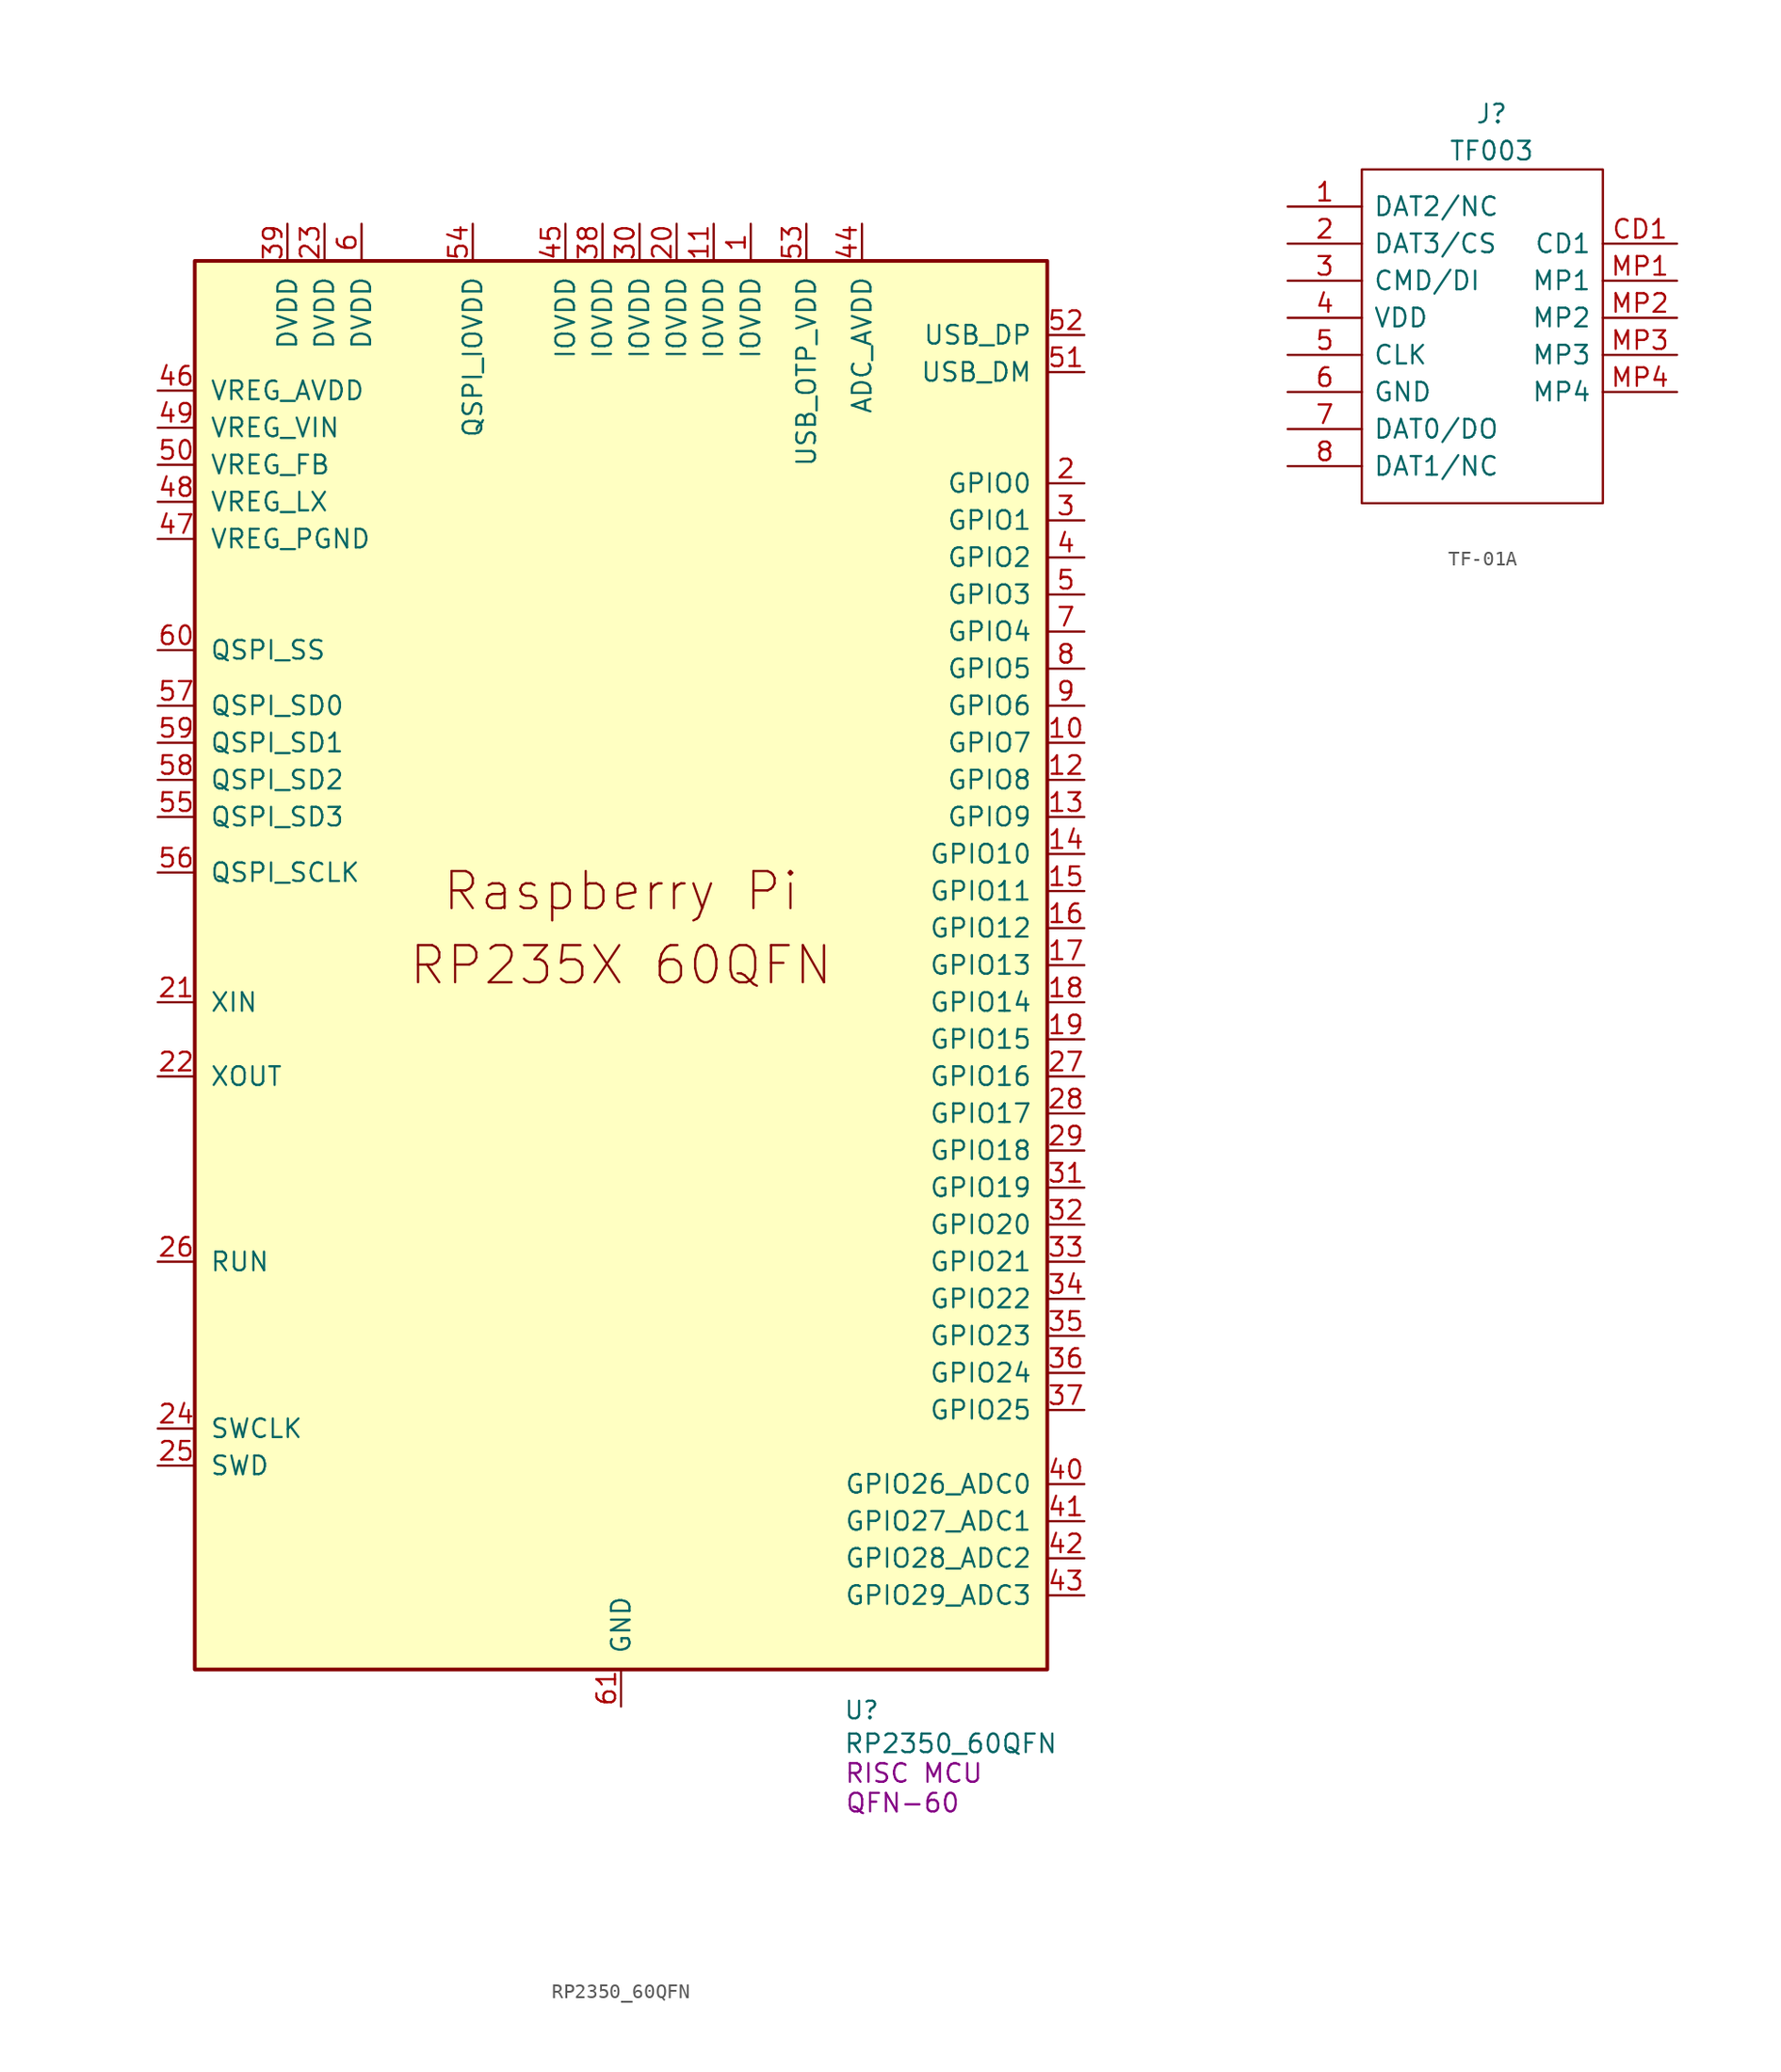
<source format=kicad_sym>
(kicad_symbol_lib
  (version 20241209)
  (generator "kicad_symbol_editor")
  (generator_version "9.0")
  (symbol "RP2350_60QFN"
    (pin_names
      (offset 1.016))
    (property "Reference" "U"
      (at 15.24 -51.054 0)
      (effects (font (size 1.2 1.2)) (justify left)))
    (property "Value" "RP2350_60QFN"
      (at 15.24 -53.34 0)
      (effects (font (size 1.27 1.27)) (justify left)))
    (property "Comment" "RISC MCU"
      (at 20.066 -55.372 0)
      (effects (font (size 1.27 1.27))))
    (property "Case/Package" "QFN-60"
      (at 19.304 -57.404 0)
      (effects (font (size 1.27 1.27))))
    (symbol "RP2350_60QFN_0_0"
      (text "Raspberry Pi" (at 0 5.08 0) (effects (font (size 2.54 2.54)))))
    (symbol "RP2350_60QFN_0_1"
      (rectangle (start -29.21 48.26) (end 29.21 -48.26) (stroke (width 0.254) (type default)) (fill (type background))))
    (symbol "RP2350_60QFN_1_1"
      (text "RP235X 60QFN" (at 0 0 0) (effects (font (size 2.54 2.54))))
      (pin power_in line (at -31.75 39.37 0) (length 2.54) (name "VREG_AVDD" (effects (font (size 1.27 1.27)))) (number "46" (effects (font (size 1.27 1.27)))))
      (pin power_in line (at -31.75 36.83 0) (length 2.54) (name "VREG_VIN" (effects (font (size 1.27 1.27)))) (number "49" (effects (font (size 1.27 1.27)))))
      (pin input line (at -31.75 34.29 0) (length 2.54) (name "VREG_FB" (effects (font (size 1.27 1.27)))) (number "50" (effects (font (size 1.27 1.27)))))
      (pin power_out line (at -31.75 31.75 0) (length 2.54) (name "VREG_LX" (effects (font (size 1.27 1.27)))) (number "48" (effects (font (size 1.27 1.27)))))
      (pin power_in line (at -31.75 29.21 0) (length 2.54) (name "VREG_PGND" (effects (font (size 1.27 1.27)))) (number "47" (effects (font (size 1.27 1.27)))))
      (pin bidirectional line (at -31.75 21.59 0) (length 2.54) (name "QSPI_SS" (effects (font (size 1.27 1.27)))) (number "60" (effects (font (size 1.27 1.27)))))
      (pin bidirectional line (at -31.75 17.78 0) (length 2.54) (name "QSPI_SD0" (effects (font (size 1.27 1.27)))) (number "57" (effects (font (size 1.27 1.27)))))
      (pin bidirectional line (at -31.75 15.24 0) (length 2.54) (name "QSPI_SD1" (effects (font (size 1.27 1.27)))) (number "59" (effects (font (size 1.27 1.27)))))
      (pin bidirectional line (at -31.75 12.7 0) (length 2.54) (name "QSPI_SD2" (effects (font (size 1.27 1.27)))) (number "58" (effects (font (size 1.27 1.27)))))
      (pin bidirectional line (at -31.75 10.16 0) (length 2.54) (name "QSPI_SD3" (effects (font (size 1.27 1.27)))) (number "55" (effects (font (size 1.27 1.27)))))
      (pin output line (at -31.75 6.35 0) (length 2.54) (name "QSPI_SCLK" (effects (font (size 1.27 1.27)))) (number "56" (effects (font (size 1.27 1.27)))))
      (pin input line (at -31.75 -2.54 0) (length 2.54) (name "XIN" (effects (font (size 1.27 1.27)))) (number "21" (effects (font (size 1.27 1.27)))))
      (pin passive line (at -31.75 -7.62 0) (length 2.54) (name "XOUT" (effects (font (size 1.27 1.27)))) (number "22" (effects (font (size 1.27 1.27)))))
      (pin input line (at -31.75 -20.32 0) (length 2.54) (name "RUN" (effects (font (size 1.27 1.27)))) (number "26" (effects (font (size 1.27 1.27)))))
      (pin output line (at -31.75 -31.75 0) (length 2.54) (name "SWCLK" (effects (font (size 1.27 1.27)))) (number "24" (effects (font (size 1.27 1.27)))))
      (pin bidirectional line (at -31.75 -34.29 0) (length 2.54) (name "SWD" (effects (font (size 1.27 1.27)))) (number "25" (effects (font (size 1.27 1.27)))))
      (pin power_in line (at -22.86 50.8 270) (length 2.54) (name "DVDD" (effects (font (size 1.27 1.27)))) (number "39" (effects (font (size 1.27 1.27)))))
      (pin power_in line (at -20.32 50.8 270) (length 2.54) (name "DVDD" (effects (font (size 1.27 1.27)))) (number "23" (effects (font (size 1.27 1.27)))))
      (pin power_in line (at -17.78 50.8 270) (length 2.54) (name "DVDD" (effects (font (size 1.27 1.27)))) (number "6" (effects (font (size 1.27 1.27)))))
      (pin power_in line (at -10.16 50.8 270) (length 2.54) (name "QSPI_IOVDD" (effects (font (size 1.27 1.27)))) (number "54" (effects (font (size 1.27 1.27)))))
      (pin power_in line (at -3.81 50.8 270) (length 2.54) (name "IOVDD" (effects (font (size 1.27 1.27)))) (number "45" (effects (font (size 1.27 1.27)))))
      (pin power_in line (at -1.27 50.8 270) (length 2.54) (name "IOVDD" (effects (font (size 1.27 1.27)))) (number "38" (effects (font (size 1.27 1.27)))))
      (pin power_in line (at 0 -50.8 90) (length 2.54) (name "GND" (effects (font (size 1.27 1.27)))) (number "61" (effects (font (size 1.27 1.27)))))
      (pin power_in line (at 1.27 50.8 270) (length 2.54) (name "IOVDD" (effects (font (size 1.27 1.27)))) (number "30" (effects (font (size 1.27 1.27)))))
      (pin power_in line (at 3.81 50.8 270) (length 2.54) (name "IOVDD" (effects (font (size 1.27 1.27)))) (number "20" (effects (font (size 1.27 1.27)))))
      (pin power_in line (at 6.35 50.8 270) (length 2.54) (name "IOVDD" (effects (font (size 1.27 1.27)))) (number "11" (effects (font (size 1.27 1.27)))))
      (pin power_in line (at 8.89 50.8 270) (length 2.54) (name "IOVDD" (effects (font (size 1.27 1.27)))) (number "1" (effects (font (size 1.27 1.27)))))
      (pin power_in line (at 12.7 50.8 270) (length 2.54) (name "USB_OTP_VDD" (effects (font (size 1.27 1.27)))) (number "53" (effects (font (size 1.27 1.27)))))
      (pin power_in line (at 16.51 50.8 270) (length 2.54) (name "ADC_AVDD" (effects (font (size 1.27 1.27)))) (number "44" (effects (font (size 1.27 1.27)))))
      (pin bidirectional line (at 31.75 43.18 180) (length 2.54) (name "USB_DP" (effects (font (size 1.27 1.27)))) (number "52" (effects (font (size 1.27 1.27)))))
      (pin bidirectional line (at 31.75 40.64 180) (length 2.54) (name "USB_DM" (effects (font (size 1.27 1.27)))) (number "51" (effects (font (size 1.27 1.27)))))
      (pin bidirectional line (at 31.75 33.02 180) (length 2.54) (name "GPIO0" (effects (font (size 1.27 1.27)))) (number "2" (effects (font (size 1.27 1.27)))))
      (pin bidirectional line (at 31.75 30.48 180) (length 2.54) (name "GPIO1" (effects (font (size 1.27 1.27)))) (number "3" (effects (font (size 1.27 1.27)))))
      (pin bidirectional line (at 31.75 27.94 180) (length 2.54) (name "GPIO2" (effects (font (size 1.27 1.27)))) (number "4" (effects (font (size 1.27 1.27)))))
      (pin bidirectional line (at 31.75 25.4 180) (length 2.54) (name "GPIO3" (effects (font (size 1.27 1.27)))) (number "5" (effects (font (size 1.27 1.27)))))
      (pin bidirectional line (at 31.75 22.86 180) (length 2.54) (name "GPIO4" (effects (font (size 1.27 1.27)))) (number "7" (effects (font (size 1.27 1.27)))))
      (pin bidirectional line (at 31.75 20.32 180) (length 2.54) (name "GPIO5" (effects (font (size 1.27 1.27)))) (number "8" (effects (font (size 1.27 1.27)))))
      (pin bidirectional line (at 31.75 17.78 180) (length 2.54) (name "GPIO6" (effects (font (size 1.27 1.27)))) (number "9" (effects (font (size 1.27 1.27)))))
      (pin bidirectional line (at 31.75 15.24 180) (length 2.54) (name "GPIO7" (effects (font (size 1.27 1.27)))) (number "10" (effects (font (size 1.27 1.27)))))
      (pin bidirectional line (at 31.75 12.7 180) (length 2.54) (name "GPIO8" (effects (font (size 1.27 1.27)))) (number "12" (effects (font (size 1.27 1.27)))))
      (pin bidirectional line (at 31.75 10.16 180) (length 2.54) (name "GPIO9" (effects (font (size 1.27 1.27)))) (number "13" (effects (font (size 1.27 1.27)))))
      (pin bidirectional line (at 31.75 7.62 180) (length 2.54) (name "GPIO10" (effects (font (size 1.27 1.27)))) (number "14" (effects (font (size 1.27 1.27)))))
      (pin bidirectional line (at 31.75 5.08 180) (length 2.54) (name "GPIO11" (effects (font (size 1.27 1.27)))) (number "15" (effects (font (size 1.27 1.27)))))
      (pin bidirectional line (at 31.75 2.54 180) (length 2.54) (name "GPIO12" (effects (font (size 1.27 1.27)))) (number "16" (effects (font (size 1.27 1.27)))))
      (pin bidirectional line (at 31.75 0 180) (length 2.54) (name "GPIO13" (effects (font (size 1.27 1.27)))) (number "17" (effects (font (size 1.27 1.27)))))
      (pin bidirectional line (at 31.75 -2.54 180) (length 2.54) (name "GPIO14" (effects (font (size 1.27 1.27)))) (number "18" (effects (font (size 1.27 1.27)))))
      (pin bidirectional line (at 31.75 -5.08 180) (length 2.54) (name "GPIO15" (effects (font (size 1.27 1.27)))) (number "19" (effects (font (size 1.27 1.27)))))
      (pin bidirectional line (at 31.75 -7.62 180) (length 2.54) (name "GPIO16" (effects (font (size 1.27 1.27)))) (number "27" (effects (font (size 1.27 1.27)))))
      (pin bidirectional line (at 31.75 -10.16 180) (length 2.54) (name "GPIO17" (effects (font (size 1.27 1.27)))) (number "28" (effects (font (size 1.27 1.27)))))
      (pin bidirectional line (at 31.75 -12.7 180) (length 2.54) (name "GPIO18" (effects (font (size 1.27 1.27)))) (number "29" (effects (font (size 1.27 1.27)))))
      (pin bidirectional line (at 31.75 -15.24 180) (length 2.54) (name "GPIO19" (effects (font (size 1.27 1.27)))) (number "31" (effects (font (size 1.27 1.27)))))
      (pin bidirectional line (at 31.75 -17.78 180) (length 2.54) (name "GPIO20" (effects (font (size 1.27 1.27)))) (number "32" (effects (font (size 1.27 1.27)))))
      (pin bidirectional line (at 31.75 -20.32 180) (length 2.54) (name "GPIO21" (effects (font (size 1.27 1.27)))) (number "33" (effects (font (size 1.27 1.27)))))
      (pin bidirectional line (at 31.75 -22.86 180) (length 2.54) (name "GPIO22" (effects (font (size 1.27 1.27)))) (number "34" (effects (font (size 1.27 1.27)))))
      (pin bidirectional line (at 31.75 -25.4 180) (length 2.54) (name "GPIO23" (effects (font (size 1.27 1.27)))) (number "35" (effects (font (size 1.27 1.27)))))
      (pin bidirectional line (at 31.75 -27.94 180) (length 2.54) (name "GPIO24" (effects (font (size 1.27 1.27)))) (number "36" (effects (font (size 1.27 1.27)))))
      (pin bidirectional line (at 31.75 -30.48 180) (length 2.54) (name "GPIO25" (effects (font (size 1.27 1.27)))) (number "37" (effects (font (size 1.27 1.27)))))
      (pin bidirectional line (at 31.75 -35.56 180) (length 2.54) (name "GPIO26_ADC0" (effects (font (size 1.27 1.27)))) (number "40" (effects (font (size 1.27 1.27)))))
      (pin bidirectional line (at 31.75 -38.1 180) (length 2.54) (name "GPIO27_ADC1" (effects (font (size 1.27 1.27)))) (number "41" (effects (font (size 1.27 1.27)))))
      (pin bidirectional line (at 31.75 -40.64 180) (length 2.54) (name "GPIO28_ADC2" (effects (font (size 1.27 1.27)))) (number "42" (effects (font (size 1.27 1.27)))))
      (pin bidirectional line (at 31.75 -43.18 180) (length 2.54) (name "GPIO29_ADC3" (effects (font (size 1.27 1.27)))) (number "43" (effects (font (size 1.27 1.27)))))))
  (symbol "TF-01A"
    (pin_names
      (offset 0.762))
    (property "Reference" "J"
      (at 13.97 6.35 0)
      (effects (font (size 1.27 1.27))))
    (property "Value" "TF003"
      (at 13.97 3.81 0)
      (effects (font (size 1.27 1.27))))
    (property "Description" ""
      (at 0 0 0)
      (effects (font (size 1.27 1.27))))
    (symbol "TF-01A_0_0"
      (pin bidirectional line (at 0 0 0) (length 5.08) (name "DAT2/NC" (effects (font (size 1.27 1.27)))) (number "1" (effects (font (size 1.27 1.27)))))
      (pin bidirectional line (at 0 -2.54 0) (length 5.08) (name "DAT3/CS" (effects (font (size 1.27 1.27)))) (number "2" (effects (font (size 1.27 1.27)))))
      (pin bidirectional line (at 0 -5.08 0) (length 5.08) (name "CMD/DI" (effects (font (size 1.27 1.27)))) (number "3" (effects (font (size 1.27 1.27)))))
      (pin power_in line (at 0 -7.62 0) (length 5.08) (name "VDD" (effects (font (size 1.27 1.27)))) (number "4" (effects (font (size 1.27 1.27)))))
      (pin input line (at 0 -10.16 0) (length 5.08) (name "CLK" (effects (font (size 1.27 1.27)))) (number "5" (effects (font (size 1.27 1.27)))))
      (pin power_in line (at 0 -12.7 0) (length 5.08) (name "GND" (effects (font (size 1.27 1.27)))) (number "6" (effects (font (size 1.27 1.27)))))
      (pin bidirectional line (at 0 -15.24 0) (length 5.08) (name "DAT0/DO" (effects (font (size 1.27 1.27)))) (number "7" (effects (font (size 1.27 1.27)))))
      (pin bidirectional line (at 0 -17.78 0) (length 5.08) (name "DAT1/NC" (effects (font (size 1.27 1.27)))) (number "8" (effects (font (size 1.27 1.27)))))
      (pin passive line (at 26.67 -2.54 180) (length 5.08) (name "CD1" (effects (font (size 1.27 1.27)))) (number "CD1" (effects (font (size 1.27 1.27)))))
      (pin passive line (at 26.67 -5.08 180) (length 5.08) (name "MP1" (effects (font (size 1.27 1.27)))) (number "MP1" (effects (font (size 1.27 1.27)))))
      (pin passive line (at 26.67 -7.62 180) (length 5.08) (name "MP2" (effects (font (size 1.27 1.27)))) (number "MP2" (effects (font (size 1.27 1.27)))))
      (pin passive line (at 26.67 -10.16 180) (length 5.08) (name "MP3" (effects (font (size 1.27 1.27)))) (number "MP3" (effects (font (size 1.27 1.27)))))
      (pin passive line (at 26.67 -12.7 180) (length 5.08) (name "MP4" (effects (font (size 1.27 1.27)))) (number "MP4" (effects (font (size 1.27 1.27))))))
    (symbol "TF-01A_0_1"
      (polyline (pts (xy 5.08 2.54) (xy 21.59 2.54) (xy 21.59 -20.32) (xy 5.08 -20.32) (xy 5.08 2.54)) (stroke (width 0.152) (type default)) (fill (type none))))))
</source>
